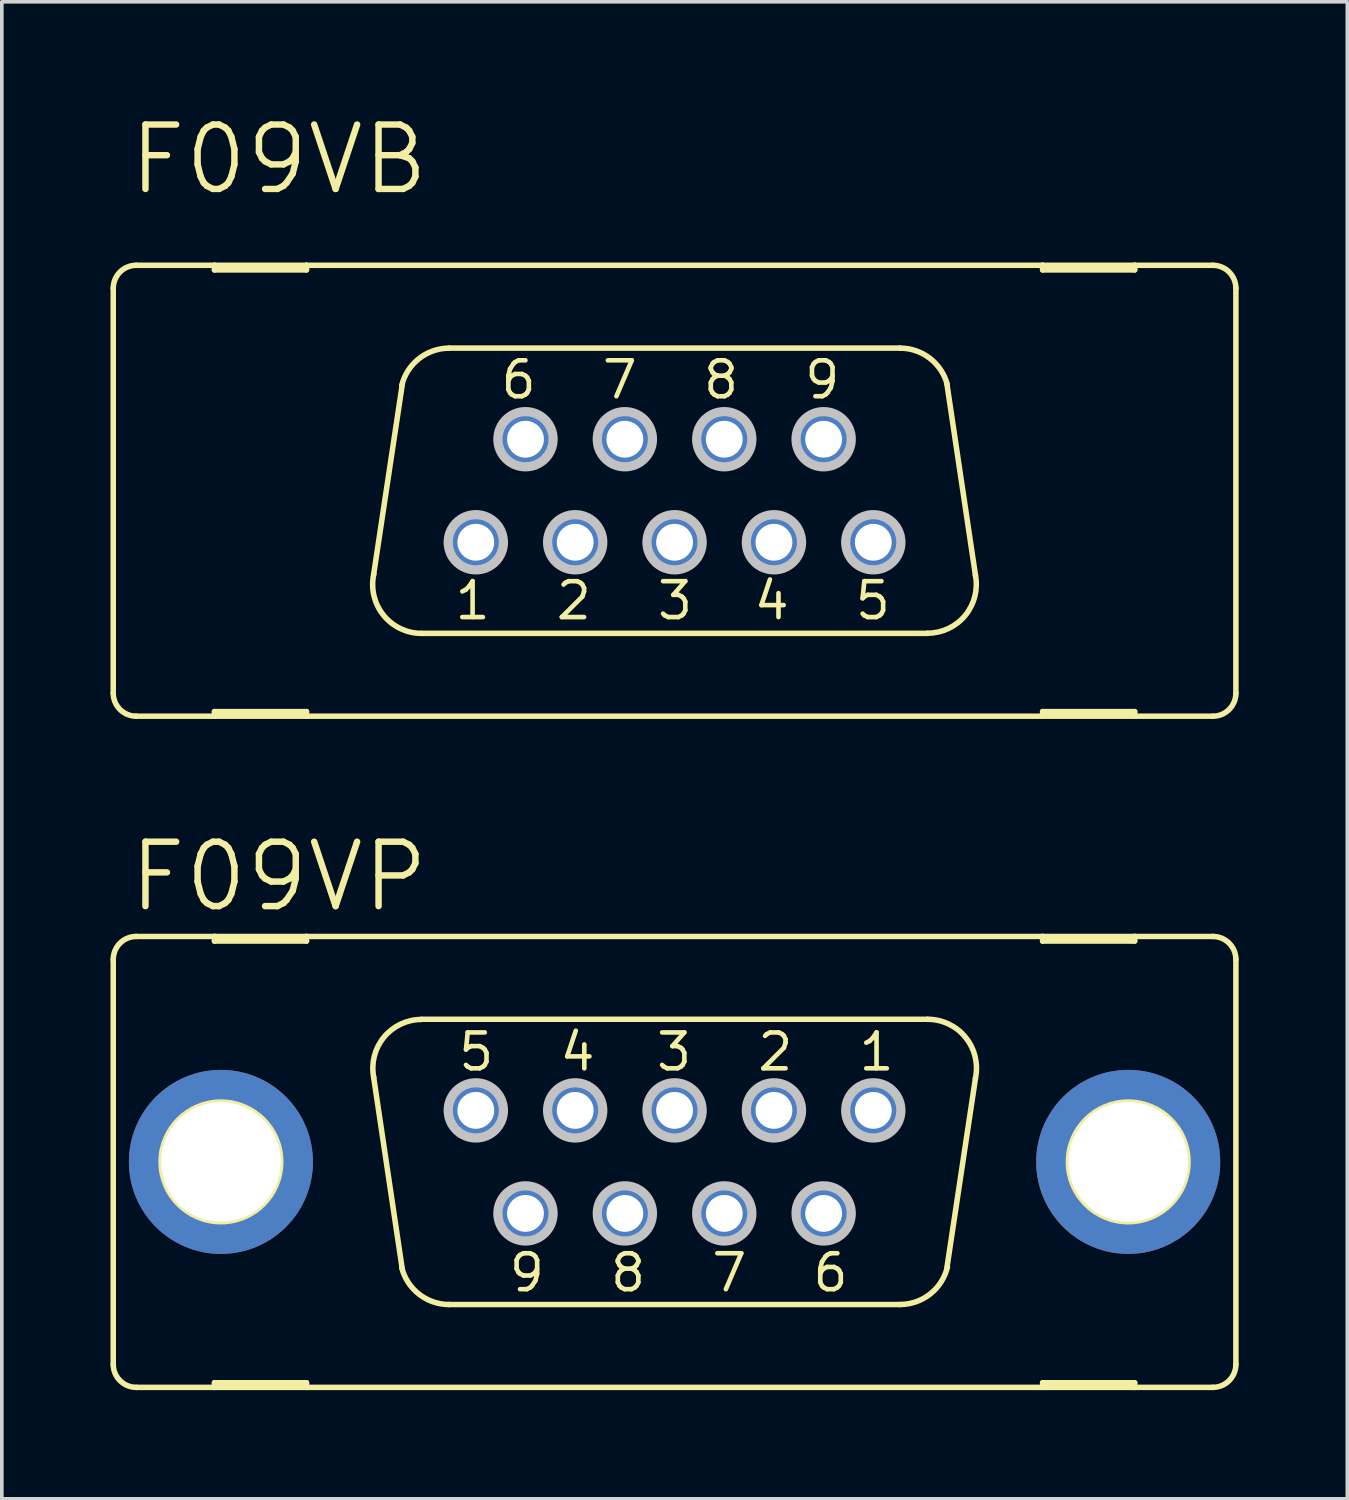
<source format=kicad_pcb>
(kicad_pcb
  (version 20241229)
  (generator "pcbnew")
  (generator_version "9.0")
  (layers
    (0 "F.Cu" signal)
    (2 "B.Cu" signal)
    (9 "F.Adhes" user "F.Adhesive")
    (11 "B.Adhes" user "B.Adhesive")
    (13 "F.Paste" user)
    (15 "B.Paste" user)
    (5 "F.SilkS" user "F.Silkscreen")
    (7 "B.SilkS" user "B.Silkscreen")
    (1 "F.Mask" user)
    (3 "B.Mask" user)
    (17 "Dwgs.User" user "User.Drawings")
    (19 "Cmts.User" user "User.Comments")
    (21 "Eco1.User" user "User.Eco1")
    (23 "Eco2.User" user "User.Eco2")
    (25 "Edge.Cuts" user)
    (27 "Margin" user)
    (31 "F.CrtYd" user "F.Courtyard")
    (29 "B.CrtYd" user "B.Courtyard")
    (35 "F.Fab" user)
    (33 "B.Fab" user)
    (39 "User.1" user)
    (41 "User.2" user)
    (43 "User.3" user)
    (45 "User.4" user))
  (footprint "F09VB"
    (layer "F.Cu")
    (at 15.57 10.496)
    (property "Reference" "F09VB" (at -10.922 -9.144 0) (layer "F.SilkS") (effects (font (size 1.778 1.778) (thickness 0.178))))
    (attr exclude_from_pos_files exclude_from_bom)
    (fp_line (start -15.494 5.588) (end -15.494 -5.588) (stroke (width 0.152) (type solid)) (layer "F.SilkS"))
    (fp_line (start -14.859 6.223) (end -12.7 6.223) (stroke (width 0.152) (type solid)) (layer "F.SilkS"))
    (fp_line (start -12.7 -6.223) (end -14.859 -6.223) (stroke (width 0.152) (type solid)) (layer "F.SilkS"))
    (fp_line (start -12.7 -6.096) (end -12.7 -6.223) (stroke (width 0.152) (type solid)) (layer "F.SilkS"))
    (fp_line (start -12.7 6.096) (end -12.7 6.223) (stroke (width 0.152) (type solid)) (layer "F.SilkS"))
    (fp_line (start -12.7 6.223) (end -10.16 6.223) (stroke (width 0.152) (type solid)) (layer "F.SilkS"))
    (fp_line (start -10.16 -6.223) (end -12.7 -6.223) (stroke (width 0.152) (type solid)) (layer "F.SilkS"))
    (fp_line (start -10.16 -6.223) (end -10.16 -6.096) (stroke (width 0.152) (type solid)) (layer "F.SilkS"))
    (fp_line (start -10.16 -6.096) (end -12.7 -6.096) (stroke (width 0.152) (type solid)) (layer "F.SilkS"))
    (fp_line (start -10.16 6.096) (end -12.7 6.096) (stroke (width 0.152) (type solid)) (layer "F.SilkS"))
    (fp_line (start -10.16 6.223) (end -10.16 6.096) (stroke (width 0.152) (type solid)) (layer "F.SilkS"))
    (fp_line (start -10.16 6.223) (end 10.16 6.223) (stroke (width 0.152) (type solid)) (layer "F.SilkS"))
    (fp_line (start -8.306 2.311) (end -7.518 -2.921) (stroke (width 0.152) (type solid)) (layer "F.SilkS"))
    (fp_line (start 6.223 -3.937) (end -6.223 -3.937) (stroke (width 0.152) (type solid)) (layer "F.SilkS"))
    (fp_line (start 6.985 3.937) (end -6.985 3.937) (stroke (width 0.152) (type solid)) (layer "F.SilkS"))
    (fp_line (start 7.518 -2.946) (end 8.306 2.337) (stroke (width 0.152) (type solid)) (layer "F.SilkS"))
    (fp_line (start 10.16 -6.223) (end -10.16 -6.223) (stroke (width 0.152) (type solid)) (layer "F.SilkS"))
    (fp_line (start 10.16 -6.096) (end 10.16 -6.223) (stroke (width 0.152) (type solid)) (layer "F.SilkS"))
    (fp_line (start 10.16 6.096) (end 10.16 6.223) (stroke (width 0.152) (type solid)) (layer "F.SilkS"))
    (fp_line (start 10.16 6.223) (end 12.7 6.223) (stroke (width 0.152) (type solid)) (layer "F.SilkS"))
    (fp_line (start 12.7 -6.223) (end 10.16 -6.223) (stroke (width 0.152) (type solid)) (layer "F.SilkS"))
    (fp_line (start 12.7 -6.223) (end 12.7 -6.096) (stroke (width 0.152) (type solid)) (layer "F.SilkS"))
    (fp_line (start 12.7 -6.096) (end 10.16 -6.096) (stroke (width 0.152) (type solid)) (layer "F.SilkS"))
    (fp_line (start 12.7 6.096) (end 10.16 6.096) (stroke (width 0.152) (type solid)) (layer "F.SilkS"))
    (fp_line (start 12.7 6.223) (end 12.7 6.096) (stroke (width 0.152) (type solid)) (layer "F.SilkS"))
    (fp_line (start 12.7 6.223) (end 14.859 6.223) (stroke (width 0.152) (type solid)) (layer "F.SilkS"))
    (fp_line (start 14.859 -6.223) (end 12.7 -6.223) (stroke (width 0.152) (type solid)) (layer "F.SilkS"))
    (fp_line (start 15.494 5.588) (end 15.494 -5.588) (stroke (width 0.152) (type solid)) (layer "F.SilkS"))
    (fp_arc (start -15.494 -5.588) (mid -15.308013 -6.037013) (end -14.859 -6.223) (stroke (width 0.1524) (type solid)) (layer "F.SilkS"))
    (fp_arc (start -14.859 6.223) (mid -15.308013 6.037013) (end -15.494 5.588) (stroke (width 0.1524) (type solid)) (layer "F.SilkS"))
    (fp_arc (start -7.5311 -2.90322) (mid -7.055662 -3.646284) (end -6.222518 -3.936211) (stroke (width 0.1524) (type solid)) (layer "F.SilkS"))
    (fp_arc (start -6.985 3.937) (mid -8.034648 3.435219) (end -8.30328 2.303238) (stroke (width 0.1524) (type solid)) (layer "F.SilkS"))
    (fp_arc (start 6.223 -3.937) (mid 7.047791 -3.655415) (end 7.528188 -2.928236) (stroke (width 0.1524) (type solid)) (layer "F.SilkS"))
    (fp_arc (start 8.30326 2.32664) (mid 8.023158 3.441772) (end 6.98324 3.932229) (stroke (width 0.1524) (type solid)) (layer "F.SilkS"))
    (fp_arc (start 14.859 -6.223) (mid 15.308013 -6.037013) (end 15.494 -5.588) (stroke (width 0.1524) (type solid)) (layer "F.SilkS"))
    (fp_arc (start 15.494 5.588) (mid 15.308013 6.037013) (end 14.859 6.223) (stroke (width 0.1524) (type solid)) (layer "F.SilkS"))
    (fp_circle (center -5.486 1.422) (end -5.486 0.66) (stroke (width 0.254) (type solid)) (fill no) (layer "Dwgs.User"))
    (fp_circle (center -4.115 -1.422) (end -4.115 -2.184) (stroke (width 0.254) (type solid)) (fill no) (layer "Dwgs.User"))
    (fp_circle (center -2.743 1.422) (end -2.743 0.66) (stroke (width 0.254) (type solid)) (fill no) (layer "Dwgs.User"))
    (fp_circle (center -1.372 -1.422) (end -1.372 -2.184) (stroke (width 0.254) (type solid)) (fill no) (layer "Dwgs.User"))
    (fp_circle (center 0 1.422) (end 0 0.66) (stroke (width 0.254) (type solid)) (fill no) (layer "Dwgs.User"))
    (fp_circle (center 1.372 -1.422) (end 1.372 -2.184) (stroke (width 0.254) (type solid)) (fill no) (layer "Dwgs.User"))
    (fp_circle (center 2.743 1.422) (end 2.743 0.66) (stroke (width 0.254) (type solid)) (fill no) (layer "Dwgs.User"))
    (fp_circle (center 4.115 -1.422) (end 4.115 -2.184) (stroke (width 0.254) (type solid)) (fill no) (layer "Dwgs.User"))
    (fp_circle (center 5.486 1.422) (end 5.486 0.66) (stroke (width 0.254) (type solid)) (fill no) (layer "Dwgs.User"))
    (fp_text user "5" (at 5.474 3.035 180) (layer "F.SilkS") (effects (font (size 0.991 0.991) (thickness 0.127))))
    (fp_text user "9" (at 4.077 -3.061 180) (layer "F.SilkS") (effects (font (size 0.991 0.991) (thickness 0.127))))
    (fp_text user "8" (at 1.283 -3.061 180) (layer "F.SilkS") (effects (font (size 0.991 0.991) (thickness 0.127))))
    (fp_text user "2" (at -2.781 3.035 180) (layer "F.SilkS") (effects (font (size 0.991 0.991) (thickness 0.127))))
    (fp_text user "7" (at -1.511 -3.061 180) (layer "F.SilkS") (effects (font (size 0.991 0.991) (thickness 0.127))))
    (fp_text user "4" (at 2.68 3.035 180) (layer "F.SilkS") (effects (font (size 0.991 0.991) (thickness 0.127))))
    (fp_text user "6" (at -4.305 -3.061 180) (layer "F.SilkS") (effects (font (size 0.991 0.991) (thickness 0.127))))
    (fp_text user "1" (at -5.575 3.035 180) (layer "F.SilkS") (effects (font (size 0.991 0.991) (thickness 0.127))))
    (fp_text user "3" (at 0.013 3.035 180) (layer "F.SilkS") (effects (font (size 0.991 0.991) (thickness 0.127))))
    (pad "1" thru_hole circle (at -5.486 1.422) (size 1.626 1.626) (drill 1.016) (layers "*.Cu" "*.Paste" "*.Mask"))
    (pad "2" thru_hole circle (at -2.743 1.422) (size 1.626 1.626) (drill 1.016) (layers "*.Cu" "*.Paste" "*.Mask"))
    (pad "3" thru_hole circle (at 0 1.422) (size 1.626 1.626) (drill 1.016) (layers "*.Cu" "*.Paste" "*.Mask"))
    (pad "4" thru_hole circle (at 2.743 1.422) (size 1.626 1.626) (drill 1.016) (layers "*.Cu" "*.Paste" "*.Mask"))
    (pad "5" thru_hole circle (at 5.486 1.422) (size 1.626 1.626) (drill 1.016) (layers "*.Cu" "*.Paste" "*.Mask"))
    (pad "6" thru_hole circle (at -4.115 -1.422) (size 1.626 1.626) (drill 1.016) (layers "*.Cu" "*.Paste" "*.Mask"))
    (pad "7" thru_hole circle (at -1.372 -1.422) (size 1.626 1.626) (drill 1.016) (layers "*.Cu" "*.Paste" "*.Mask"))
    (pad "8" thru_hole circle (at 1.372 -1.422) (size 1.626 1.626) (drill 1.016) (layers "*.Cu" "*.Paste" "*.Mask"))
    (pad "9" thru_hole circle (at 4.115 -1.422) (size 1.626 1.626) (drill 1.016) (layers "*.Cu" "*.Paste" "*.Mask")))
  (footprint "F09VP"
    (layer "F.Cu")
    (at 15.57 29.022)
    (property "Reference" "F09VP" (at -10.922 -7.874 0) (layer "F.SilkS") (effects (font (size 1.778 1.778) (thickness 0.178))))
    (attr exclude_from_pos_files exclude_from_bom)
    (fp_line (start -15.494 -5.588) (end -15.494 5.588) (stroke (width 0.152) (type solid)) (layer "F.SilkS"))
    (fp_line (start -14.859 6.223) (end -12.7 6.223) (stroke (width 0.152) (type solid)) (layer "F.SilkS"))
    (fp_line (start -12.7 -6.223) (end -14.859 -6.223) (stroke (width 0.152) (type solid)) (layer "F.SilkS"))
    (fp_line (start -12.7 -6.223) (end -12.7 -6.096) (stroke (width 0.152) (type solid)) (layer "F.SilkS"))
    (fp_line (start -12.7 -6.096) (end -10.16 -6.096) (stroke (width 0.152) (type solid)) (layer "F.SilkS"))
    (fp_line (start -12.7 6.096) (end -10.16 6.096) (stroke (width 0.152) (type solid)) (layer "F.SilkS"))
    (fp_line (start -12.7 6.223) (end -12.7 6.096) (stroke (width 0.152) (type solid)) (layer "F.SilkS"))
    (fp_line (start -12.7 6.223) (end -10.16 6.223) (stroke (width 0.152) (type solid)) (layer "F.SilkS"))
    (fp_line (start -10.16 -6.223) (end -12.7 -6.223) (stroke (width 0.152) (type solid)) (layer "F.SilkS"))
    (fp_line (start -10.16 -6.096) (end -10.16 -6.223) (stroke (width 0.152) (type solid)) (layer "F.SilkS"))
    (fp_line (start -10.16 6.096) (end -10.16 6.223) (stroke (width 0.152) (type solid)) (layer "F.SilkS"))
    (fp_line (start -10.16 6.223) (end 10.16 6.223) (stroke (width 0.152) (type solid)) (layer "F.SilkS"))
    (fp_line (start -7.518 2.946) (end -8.306 -2.337) (stroke (width 0.152) (type solid)) (layer "F.SilkS"))
    (fp_line (start -6.985 -3.937) (end 6.985 -3.937) (stroke (width 0.152) (type solid)) (layer "F.SilkS"))
    (fp_line (start -6.223 3.937) (end 6.223 3.937) (stroke (width 0.152) (type solid)) (layer "F.SilkS"))
    (fp_line (start 8.306 -2.311) (end 7.518 2.921) (stroke (width 0.152) (type solid)) (layer "F.SilkS"))
    (fp_line (start 10.16 -6.223) (end -10.16 -6.223) (stroke (width 0.152) (type solid)) (layer "F.SilkS"))
    (fp_line (start 10.16 -6.223) (end 10.16 -6.096) (stroke (width 0.152) (type solid)) (layer "F.SilkS"))
    (fp_line (start 10.16 -6.096) (end 12.7 -6.096) (stroke (width 0.152) (type solid)) (layer "F.SilkS"))
    (fp_line (start 10.16 6.096) (end 12.7 6.096) (stroke (width 0.152) (type solid)) (layer "F.SilkS"))
    (fp_line (start 10.16 6.223) (end 10.16 6.096) (stroke (width 0.152) (type solid)) (layer "F.SilkS"))
    (fp_line (start 10.16 6.223) (end 12.7 6.223) (stroke (width 0.152) (type solid)) (layer "F.SilkS"))
    (fp_line (start 12.7 -6.223) (end 10.16 -6.223) (stroke (width 0.152) (type solid)) (layer "F.SilkS"))
    (fp_line (start 12.7 -6.096) (end 12.7 -6.223) (stroke (width 0.152) (type solid)) (layer "F.SilkS"))
    (fp_line (start 12.7 6.096) (end 12.7 6.223) (stroke (width 0.152) (type solid)) (layer "F.SilkS"))
    (fp_line (start 12.7 6.223) (end 14.859 6.223) (stroke (width 0.152) (type solid)) (layer "F.SilkS"))
    (fp_line (start 14.859 -6.223) (end 12.7 -6.223) (stroke (width 0.152) (type solid)) (layer "F.SilkS"))
    (fp_line (start 15.494 -5.588) (end 15.494 5.588) (stroke (width 0.152) (type solid)) (layer "F.SilkS"))
    (fp_arc (start -15.494 -5.588) (mid -15.308013 -6.037013) (end -14.859 -6.223) (stroke (width 0.1524) (type solid)) (layer "F.SilkS"))
    (fp_arc (start -14.859 6.223) (mid -15.308013 6.037013) (end -15.494 5.588) (stroke (width 0.1524) (type solid)) (layer "F.SilkS"))
    (fp_arc (start -8.30326 -2.32664) (mid -8.023158 -3.441772) (end -6.98324 -3.932229) (stroke (width 0.1524) (type solid)) (layer "F.SilkS"))
    (fp_arc (start -6.223 3.937) (mid -7.047791 3.655415) (end -7.528188 2.928236) (stroke (width 0.1524) (type solid)) (layer "F.SilkS"))
    (fp_arc (start 6.985 -3.937) (mid 8.034648 -3.435219) (end 8.30328 -2.303238) (stroke (width 0.1524) (type solid)) (layer "F.SilkS"))
    (fp_arc (start 7.5311 2.90322) (mid 7.055662 3.646284) (end 6.222518 3.936211) (stroke (width 0.1524) (type solid)) (layer "F.SilkS"))
    (fp_arc (start 14.859 -6.223) (mid 15.308013 -6.037013) (end 15.494 -5.588) (stroke (width 0.1524) (type solid)) (layer "F.SilkS"))
    (fp_arc (start 15.494 5.588) (mid 15.308013 6.037013) (end 14.859 6.223) (stroke (width 0.1524) (type solid)) (layer "F.SilkS"))
    (fp_circle (center -12.522 0) (end -12.522 -1.651) (stroke (width 0.152) (type solid)) (fill no) (layer "F.SilkS"))
    (fp_circle (center 12.522 0) (end 12.522 -1.651) (stroke (width 0.152) (type solid)) (fill no) (layer "F.SilkS"))
    (fp_circle (center -5.486 -1.422) (end -5.486 -2.184) (stroke (width 0.254) (type solid)) (fill no) (layer "Dwgs.User"))
    (fp_circle (center -4.115 1.422) (end -4.115 0.66) (stroke (width 0.254) (type solid)) (fill no) (layer "Dwgs.User"))
    (fp_circle (center -2.743 -1.422) (end -2.743 -2.184) (stroke (width 0.254) (type solid)) (fill no) (layer "Dwgs.User"))
    (fp_circle (center -1.372 1.422) (end -1.372 0.66) (stroke (width 0.254) (type solid)) (fill no) (layer "Dwgs.User"))
    (fp_circle (center 0 -1.422) (end 0 -2.184) (stroke (width 0.254) (type solid)) (fill no) (layer "Dwgs.User"))
    (fp_circle (center 1.372 1.422) (end 1.372 0.66) (stroke (width 0.254) (type solid)) (fill no) (layer "Dwgs.User"))
    (fp_circle (center 2.743 -1.422) (end 2.743 -2.184) (stroke (width 0.254) (type solid)) (fill no) (layer "Dwgs.User"))
    (fp_circle (center 4.115 1.422) (end 4.115 0.66) (stroke (width 0.254) (type solid)) (fill no) (layer "Dwgs.User"))
    (fp_circle (center 5.486 -1.422) (end 5.486 -2.184) (stroke (width 0.254) (type solid)) (fill no) (layer "Dwgs.User"))
    (fp_text user "8" (at -1.283 3.061 0) (layer "F.SilkS") (effects (font (size 0.991 0.991) (thickness 0.127))))
    (fp_text user "9" (at -4.077 3.061 0) (layer "F.SilkS") (effects (font (size 0.991 0.991) (thickness 0.127))))
    (fp_text user "7" (at 1.511 3.061 0) (layer "F.SilkS") (effects (font (size 0.991 0.991) (thickness 0.127))))
    (fp_text user "6" (at 4.305 3.061 0) (layer "F.SilkS") (effects (font (size 0.991 0.991) (thickness 0.127))))
    (fp_text user "3" (at -0.013 -3.035 0) (layer "F.SilkS") (effects (font (size 0.991 0.991) (thickness 0.127))))
    (fp_text user "5" (at -5.474 -3.035 0) (layer "F.SilkS") (effects (font (size 0.991 0.991) (thickness 0.127))))
    (fp_text user "1" (at 5.575 -3.035 0) (layer "F.SilkS") (effects (font (size 0.991 0.991) (thickness 0.127))))
    (fp_text user "4" (at -2.68 -3.035 0) (layer "F.SilkS") (effects (font (size 0.991 0.991) (thickness 0.127))))
    (fp_text user "2" (at 2.781 -3.035 0) (layer "F.SilkS") (effects (font (size 0.991 0.991) (thickness 0.127))))
    (pad "1" thru_hole circle (at 5.486 -1.422) (size 1.626 1.626) (drill 1.016) (layers "*.Cu" "*.Paste" "*.Mask"))
    (pad "2" thru_hole circle (at 2.743 -1.422) (size 1.626 1.626) (drill 1.016) (layers "*.Cu" "*.Paste" "*.Mask"))
    (pad "3" thru_hole circle (at 0 -1.422) (size 1.626 1.626) (drill 1.016) (layers "*.Cu" "*.Paste" "*.Mask"))
    (pad "4" thru_hole circle (at -2.743 -1.422) (size 1.626 1.626) (drill 1.016) (layers "*.Cu" "*.Paste" "*.Mask"))
    (pad "5" thru_hole circle (at -5.486 -1.422) (size 1.626 1.626) (drill 1.016) (layers "*.Cu" "*.Paste" "*.Mask"))
    (pad "6" thru_hole circle (at 4.115 1.422) (size 1.626 1.626) (drill 1.016) (layers "*.Cu" "*.Paste" "*.Mask"))
    (pad "7" thru_hole circle (at 1.372 1.422) (size 1.626 1.626) (drill 1.016) (layers "*.Cu" "*.Paste" "*.Mask"))
    (pad "8" thru_hole circle (at -1.372 1.422) (size 1.626 1.626) (drill 1.016) (layers "*.Cu" "*.Paste" "*.Mask"))
    (pad "9" thru_hole circle (at -4.115 1.422) (size 1.626 1.626) (drill 1.016) (layers "*.Cu" "*.Paste" "*.Mask"))
    (pad "G1" thru_hole circle (at -12.522 0) (size 5.08 5.08) (drill 3.302) (layers "*.Cu" "*.Paste" "*.Mask"))
    (pad "G2" thru_hole circle (at 12.522 0) (size 5.08 5.08) (drill 3.302) (layers "*.Cu" "*.Paste" "*.Mask")))
  (gr_rect
    (start -3 -3)
    (end 34.14 38.321)
    (stroke (width 0.1) (type default))
    (fill no)
    (layer "Edge.Cuts")))
</source>
